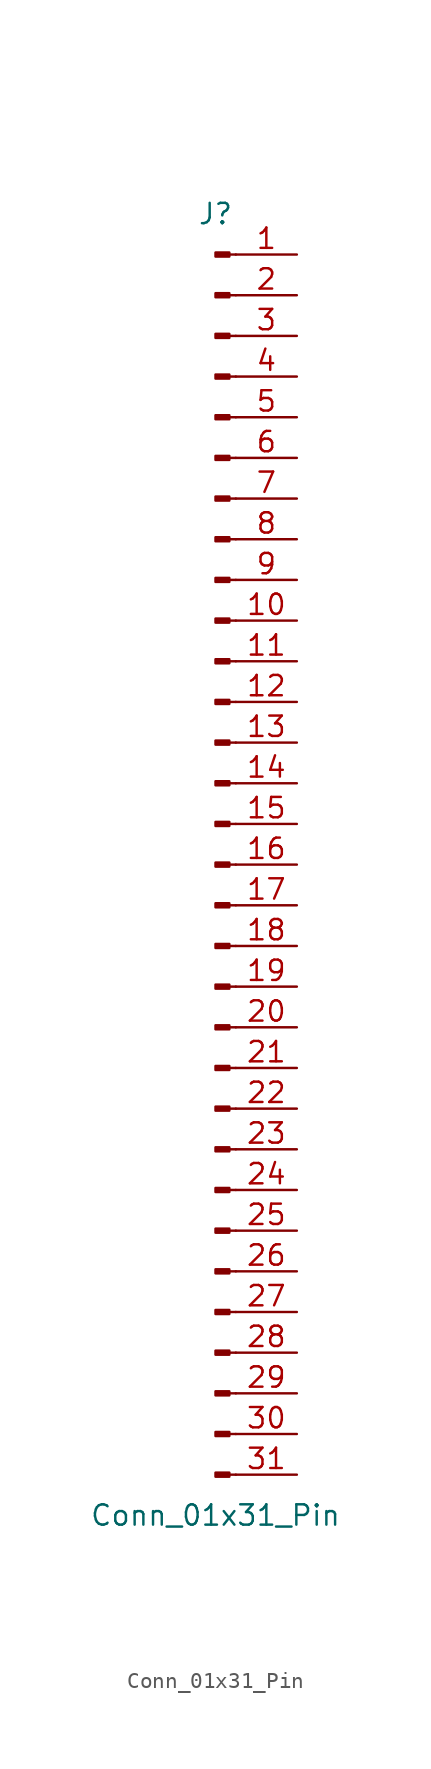
<source format=kicad_sym>
(kicad_symbol_lib
  (version 20241209)
  (generator "kicad_symbol_editor")
  (generator_version "9.0")
  (symbol "Conn_01x31_Pin"
    (pin_names
      (offset 1.016)
      (hide yes))
    (property "Reference" "J"
      (at 0 40.64 0)
      (effects (font (size 1.27 1.27))))
    (property "Value" "Conn_01x31_Pin"
      (at 0 -40.64 0)
      (effects (font (size 1.27 1.27))))
    (property "ki_locked" ""
      (at 0 0 0)
      (effects (font (size 1.27 1.27))))
    (symbol "Conn_01x31_Pin_1_1"
      (rectangle (start 0.864 38.227) (end 0 37.973) (stroke (width 0.152) (type default)) (fill (type outline)))
      (rectangle (start 0.864 35.687) (end 0 35.433) (stroke (width 0.152) (type default)) (fill (type outline)))
      (rectangle (start 0.864 33.147) (end 0 32.893) (stroke (width 0.152) (type default)) (fill (type outline)))
      (rectangle (start 0.864 30.607) (end 0 30.353) (stroke (width 0.152) (type default)) (fill (type outline)))
      (rectangle (start 0.864 28.067) (end 0 27.813) (stroke (width 0.152) (type default)) (fill (type outline)))
      (rectangle (start 0.864 25.527) (end 0 25.273) (stroke (width 0.152) (type default)) (fill (type outline)))
      (rectangle (start 0.864 22.987) (end 0 22.733) (stroke (width 0.152) (type default)) (fill (type outline)))
      (rectangle (start 0.864 20.447) (end 0 20.193) (stroke (width 0.152) (type default)) (fill (type outline)))
      (rectangle (start 0.864 17.907) (end 0 17.653) (stroke (width 0.152) (type default)) (fill (type outline)))
      (rectangle (start 0.864 15.367) (end 0 15.113) (stroke (width 0.152) (type default)) (fill (type outline)))
      (rectangle (start 0.864 12.827) (end 0 12.573) (stroke (width 0.152) (type default)) (fill (type outline)))
      (rectangle (start 0.864 10.287) (end 0 10.033) (stroke (width 0.152) (type default)) (fill (type outline)))
      (rectangle (start 0.864 7.747) (end 0 7.493) (stroke (width 0.152) (type default)) (fill (type outline)))
      (rectangle (start 0.864 5.207) (end 0 4.953) (stroke (width 0.152) (type default)) (fill (type outline)))
      (rectangle (start 0.864 2.667) (end 0 2.413) (stroke (width 0.152) (type default)) (fill (type outline)))
      (rectangle (start 0.864 0.127) (end 0 -0.127) (stroke (width 0.152) (type default)) (fill (type outline)))
      (rectangle (start 0.864 -2.413) (end 0 -2.667) (stroke (width 0.152) (type default)) (fill (type outline)))
      (rectangle (start 0.864 -4.953) (end 0 -5.207) (stroke (width 0.152) (type default)) (fill (type outline)))
      (rectangle (start 0.864 -7.493) (end 0 -7.747) (stroke (width 0.152) (type default)) (fill (type outline)))
      (rectangle (start 0.864 -10.033) (end 0 -10.287) (stroke (width 0.152) (type default)) (fill (type outline)))
      (rectangle (start 0.864 -12.573) (end 0 -12.827) (stroke (width 0.152) (type default)) (fill (type outline)))
      (rectangle (start 0.864 -15.113) (end 0 -15.367) (stroke (width 0.152) (type default)) (fill (type outline)))
      (rectangle (start 0.864 -17.653) (end 0 -17.907) (stroke (width 0.152) (type default)) (fill (type outline)))
      (rectangle (start 0.864 -20.193) (end 0 -20.447) (stroke (width 0.152) (type default)) (fill (type outline)))
      (rectangle (start 0.864 -22.733) (end 0 -22.987) (stroke (width 0.152) (type default)) (fill (type outline)))
      (rectangle (start 0.864 -25.273) (end 0 -25.527) (stroke (width 0.152) (type default)) (fill (type outline)))
      (rectangle (start 0.864 -27.813) (end 0 -28.067) (stroke (width 0.152) (type default)) (fill (type outline)))
      (rectangle (start 0.864 -30.353) (end 0 -30.607) (stroke (width 0.152) (type default)) (fill (type outline)))
      (rectangle (start 0.864 -32.893) (end 0 -33.147) (stroke (width 0.152) (type default)) (fill (type outline)))
      (rectangle (start 0.864 -35.433) (end 0 -35.687) (stroke (width 0.152) (type default)) (fill (type outline)))
      (rectangle (start 0.864 -37.973) (end 0 -38.227) (stroke (width 0.152) (type default)) (fill (type outline)))
      (polyline (pts (xy 1.27 38.1) (xy 0.864 38.1)) (stroke (width 0.152) (type default)) (fill (type none)))
      (polyline (pts (xy 1.27 35.56) (xy 0.864 35.56)) (stroke (width 0.152) (type default)) (fill (type none)))
      (polyline (pts (xy 1.27 33.02) (xy 0.864 33.02)) (stroke (width 0.152) (type default)) (fill (type none)))
      (polyline (pts (xy 1.27 30.48) (xy 0.864 30.48)) (stroke (width 0.152) (type default)) (fill (type none)))
      (polyline (pts (xy 1.27 27.94) (xy 0.864 27.94)) (stroke (width 0.152) (type default)) (fill (type none)))
      (polyline (pts (xy 1.27 25.4) (xy 0.864 25.4)) (stroke (width 0.152) (type default)) (fill (type none)))
      (polyline (pts (xy 1.27 22.86) (xy 0.864 22.86)) (stroke (width 0.152) (type default)) (fill (type none)))
      (polyline (pts (xy 1.27 20.32) (xy 0.864 20.32)) (stroke (width 0.152) (type default)) (fill (type none)))
      (polyline (pts (xy 1.27 17.78) (xy 0.864 17.78)) (stroke (width 0.152) (type default)) (fill (type none)))
      (polyline (pts (xy 1.27 15.24) (xy 0.864 15.24)) (stroke (width 0.152) (type default)) (fill (type none)))
      (polyline (pts (xy 1.27 12.7) (xy 0.864 12.7)) (stroke (width 0.152) (type default)) (fill (type none)))
      (polyline (pts (xy 1.27 10.16) (xy 0.864 10.16)) (stroke (width 0.152) (type default)) (fill (type none)))
      (polyline (pts (xy 1.27 7.62) (xy 0.864 7.62)) (stroke (width 0.152) (type default)) (fill (type none)))
      (polyline (pts (xy 1.27 5.08) (xy 0.864 5.08)) (stroke (width 0.152) (type default)) (fill (type none)))
      (polyline (pts (xy 1.27 2.54) (xy 0.864 2.54)) (stroke (width 0.152) (type default)) (fill (type none)))
      (polyline (pts (xy 1.27 0) (xy 0.864 0)) (stroke (width 0.152) (type default)) (fill (type none)))
      (polyline (pts (xy 1.27 -2.54) (xy 0.864 -2.54)) (stroke (width 0.152) (type default)) (fill (type none)))
      (polyline (pts (xy 1.27 -5.08) (xy 0.864 -5.08)) (stroke (width 0.152) (type default)) (fill (type none)))
      (polyline (pts (xy 1.27 -7.62) (xy 0.864 -7.62)) (stroke (width 0.152) (type default)) (fill (type none)))
      (polyline (pts (xy 1.27 -10.16) (xy 0.864 -10.16)) (stroke (width 0.152) (type default)) (fill (type none)))
      (polyline (pts (xy 1.27 -12.7) (xy 0.864 -12.7)) (stroke (width 0.152) (type default)) (fill (type none)))
      (polyline (pts (xy 1.27 -15.24) (xy 0.864 -15.24)) (stroke (width 0.152) (type default)) (fill (type none)))
      (polyline (pts (xy 1.27 -17.78) (xy 0.864 -17.78)) (stroke (width 0.152) (type default)) (fill (type none)))
      (polyline (pts (xy 1.27 -20.32) (xy 0.864 -20.32)) (stroke (width 0.152) (type default)) (fill (type none)))
      (polyline (pts (xy 1.27 -22.86) (xy 0.864 -22.86)) (stroke (width 0.152) (type default)) (fill (type none)))
      (polyline (pts (xy 1.27 -25.4) (xy 0.864 -25.4)) (stroke (width 0.152) (type default)) (fill (type none)))
      (polyline (pts (xy 1.27 -27.94) (xy 0.864 -27.94)) (stroke (width 0.152) (type default)) (fill (type none)))
      (polyline (pts (xy 1.27 -30.48) (xy 0.864 -30.48)) (stroke (width 0.152) (type default)) (fill (type none)))
      (polyline (pts (xy 1.27 -33.02) (xy 0.864 -33.02)) (stroke (width 0.152) (type default)) (fill (type none)))
      (polyline (pts (xy 1.27 -35.56) (xy 0.864 -35.56)) (stroke (width 0.152) (type default)) (fill (type none)))
      (polyline (pts (xy 1.27 -38.1) (xy 0.864 -38.1)) (stroke (width 0.152) (type default)) (fill (type none)))
      (pin passive line (at 5.08 38.1 180) (length 3.81) (name "Pin_1" (effects (font (size 1.27 1.27)))) (number "1" (effects (font (size 1.27 1.27)))))
      (pin passive line (at 5.08 35.56 180) (length 3.81) (name "Pin_2" (effects (font (size 1.27 1.27)))) (number "2" (effects (font (size 1.27 1.27)))))
      (pin passive line (at 5.08 33.02 180) (length 3.81) (name "Pin_3" (effects (font (size 1.27 1.27)))) (number "3" (effects (font (size 1.27 1.27)))))
      (pin passive line (at 5.08 30.48 180) (length 3.81) (name "Pin_4" (effects (font (size 1.27 1.27)))) (number "4" (effects (font (size 1.27 1.27)))))
      (pin passive line (at 5.08 27.94 180) (length 3.81) (name "Pin_5" (effects (font (size 1.27 1.27)))) (number "5" (effects (font (size 1.27 1.27)))))
      (pin passive line (at 5.08 25.4 180) (length 3.81) (name "Pin_6" (effects (font (size 1.27 1.27)))) (number "6" (effects (font (size 1.27 1.27)))))
      (pin passive line (at 5.08 22.86 180) (length 3.81) (name "Pin_7" (effects (font (size 1.27 1.27)))) (number "7" (effects (font (size 1.27 1.27)))))
      (pin passive line (at 5.08 20.32 180) (length 3.81) (name "Pin_8" (effects (font (size 1.27 1.27)))) (number "8" (effects (font (size 1.27 1.27)))))
      (pin passive line (at 5.08 17.78 180) (length 3.81) (name "Pin_9" (effects (font (size 1.27 1.27)))) (number "9" (effects (font (size 1.27 1.27)))))
      (pin passive line (at 5.08 15.24 180) (length 3.81) (name "Pin_10" (effects (font (size 1.27 1.27)))) (number "10" (effects (font (size 1.27 1.27)))))
      (pin passive line (at 5.08 12.7 180) (length 3.81) (name "Pin_11" (effects (font (size 1.27 1.27)))) (number "11" (effects (font (size 1.27 1.27)))))
      (pin passive line (at 5.08 10.16 180) (length 3.81) (name "Pin_12" (effects (font (size 1.27 1.27)))) (number "12" (effects (font (size 1.27 1.27)))))
      (pin passive line (at 5.08 7.62 180) (length 3.81) (name "Pin_13" (effects (font (size 1.27 1.27)))) (number "13" (effects (font (size 1.27 1.27)))))
      (pin passive line (at 5.08 5.08 180) (length 3.81) (name "Pin_14" (effects (font (size 1.27 1.27)))) (number "14" (effects (font (size 1.27 1.27)))))
      (pin passive line (at 5.08 2.54 180) (length 3.81) (name "Pin_15" (effects (font (size 1.27 1.27)))) (number "15" (effects (font (size 1.27 1.27)))))
      (pin passive line (at 5.08 0 180) (length 3.81) (name "Pin_16" (effects (font (size 1.27 1.27)))) (number "16" (effects (font (size 1.27 1.27)))))
      (pin passive line (at 5.08 -2.54 180) (length 3.81) (name "Pin_17" (effects (font (size 1.27 1.27)))) (number "17" (effects (font (size 1.27 1.27)))))
      (pin passive line (at 5.08 -5.08 180) (length 3.81) (name "Pin_18" (effects (font (size 1.27 1.27)))) (number "18" (effects (font (size 1.27 1.27)))))
      (pin passive line (at 5.08 -7.62 180) (length 3.81) (name "Pin_19" (effects (font (size 1.27 1.27)))) (number "19" (effects (font (size 1.27 1.27)))))
      (pin passive line (at 5.08 -10.16 180) (length 3.81) (name "Pin_20" (effects (font (size 1.27 1.27)))) (number "20" (effects (font (size 1.27 1.27)))))
      (pin passive line (at 5.08 -12.7 180) (length 3.81) (name "Pin_21" (effects (font (size 1.27 1.27)))) (number "21" (effects (font (size 1.27 1.27)))))
      (pin passive line (at 5.08 -15.24 180) (length 3.81) (name "Pin_22" (effects (font (size 1.27 1.27)))) (number "22" (effects (font (size 1.27 1.27)))))
      (pin passive line (at 5.08 -17.78 180) (length 3.81) (name "Pin_23" (effects (font (size 1.27 1.27)))) (number "23" (effects (font (size 1.27 1.27)))))
      (pin passive line (at 5.08 -20.32 180) (length 3.81) (name "Pin_24" (effects (font (size 1.27 1.27)))) (number "24" (effects (font (size 1.27 1.27)))))
      (pin passive line (at 5.08 -22.86 180) (length 3.81) (name "Pin_25" (effects (font (size 1.27 1.27)))) (number "25" (effects (font (size 1.27 1.27)))))
      (pin passive line (at 5.08 -25.4 180) (length 3.81) (name "Pin_26" (effects (font (size 1.27 1.27)))) (number "26" (effects (font (size 1.27 1.27)))))
      (pin passive line (at 5.08 -27.94 180) (length 3.81) (name "Pin_27" (effects (font (size 1.27 1.27)))) (number "27" (effects (font (size 1.27 1.27)))))
      (pin passive line (at 5.08 -30.48 180) (length 3.81) (name "Pin_28" (effects (font (size 1.27 1.27)))) (number "28" (effects (font (size 1.27 1.27)))))
      (pin passive line (at 5.08 -33.02 180) (length 3.81) (name "Pin_29" (effects (font (size 1.27 1.27)))) (number "29" (effects (font (size 1.27 1.27)))))
      (pin passive line (at 5.08 -35.56 180) (length 3.81) (name "Pin_30" (effects (font (size 1.27 1.27)))) (number "30" (effects (font (size 1.27 1.27)))))
      (pin passive line (at 5.08 -38.1 180) (length 3.81) (name "Pin_31" (effects (font (size 1.27 1.27)))) (number "31" (effects (font (size 1.27 1.27))))))))
</source>
